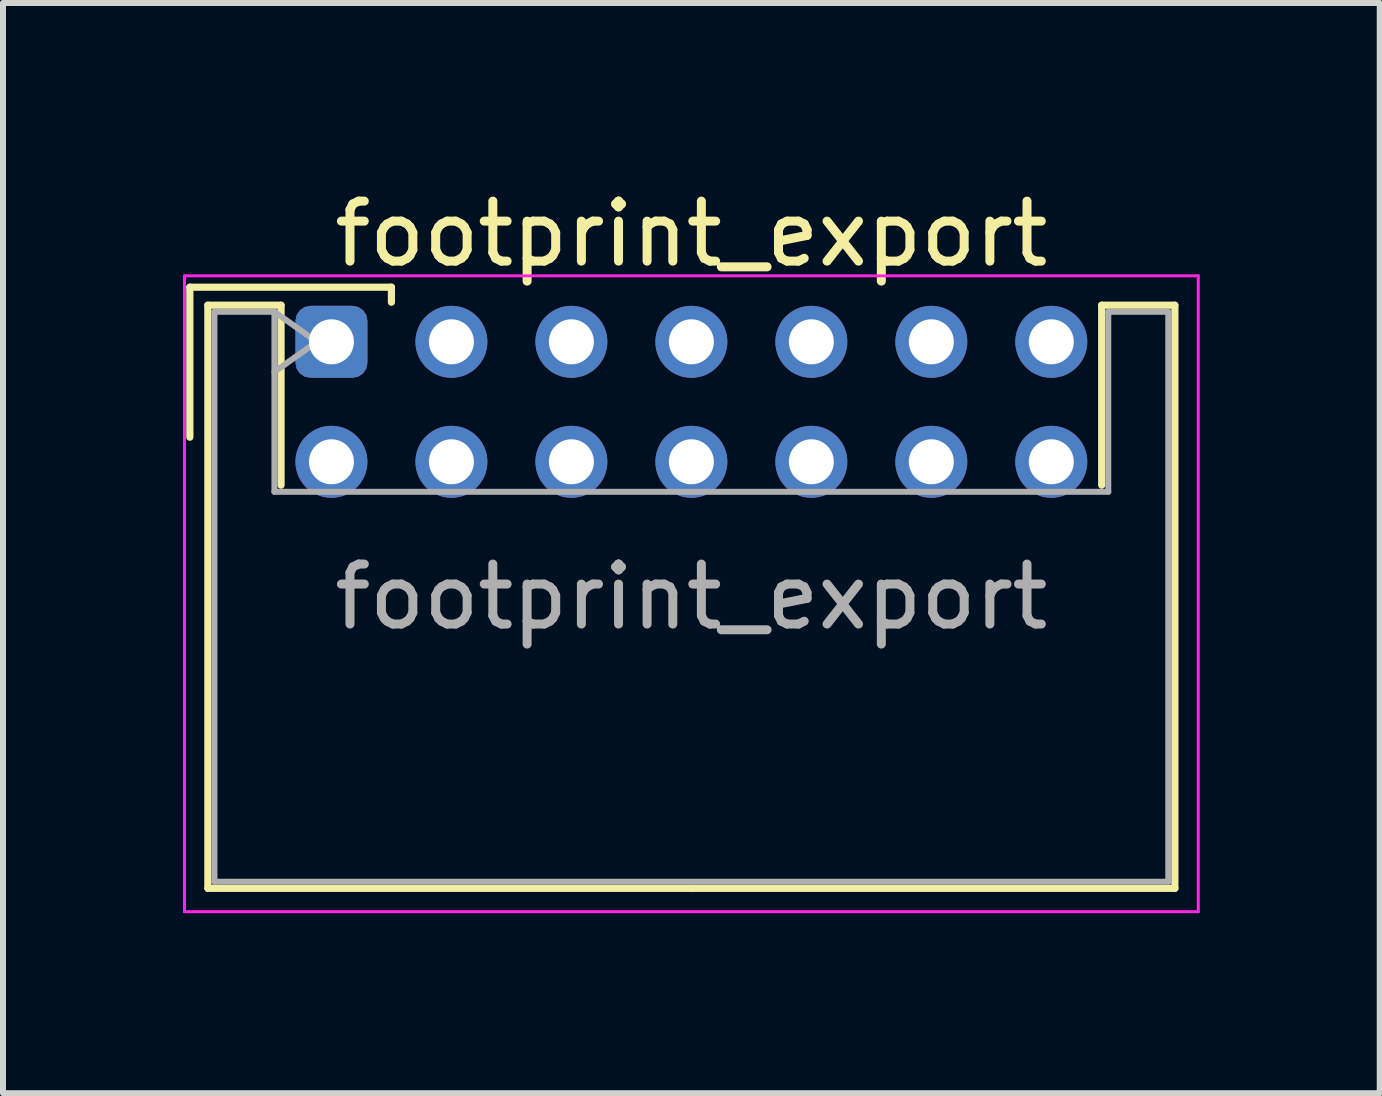
<source format=kicad_pcb>
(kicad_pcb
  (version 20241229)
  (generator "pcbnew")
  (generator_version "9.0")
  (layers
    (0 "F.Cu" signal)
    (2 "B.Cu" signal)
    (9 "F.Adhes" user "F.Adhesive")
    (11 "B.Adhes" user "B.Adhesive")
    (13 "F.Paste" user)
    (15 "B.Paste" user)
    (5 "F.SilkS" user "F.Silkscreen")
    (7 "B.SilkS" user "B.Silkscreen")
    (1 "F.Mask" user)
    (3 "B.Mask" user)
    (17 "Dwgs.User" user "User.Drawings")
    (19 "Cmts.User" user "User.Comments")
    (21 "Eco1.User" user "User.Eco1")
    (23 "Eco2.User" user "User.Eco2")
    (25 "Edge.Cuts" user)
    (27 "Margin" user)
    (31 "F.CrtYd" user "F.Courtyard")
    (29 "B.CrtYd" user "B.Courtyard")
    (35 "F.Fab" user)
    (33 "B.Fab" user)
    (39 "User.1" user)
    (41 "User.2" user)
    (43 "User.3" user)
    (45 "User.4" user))
  (footprint "footprint_export"
    (layer "F.Cu")
    (at 2.475 2.648)
    (property "Reference" "footprint_export" (at 6 -1.8 0) (layer "F.SilkS") (effects (font (size 1 1) (thickness 0.15))))
    (attr through_hole)
    (fp_line (start -2.36 -0.91) (end -2.36 1.59) (stroke (width 0.12) (type solid)) (layer "F.SilkS"))
    (fp_line (start -2.06 -0.61) (end -2.06 9.11) (stroke (width 0.12) (type solid)) (layer "F.SilkS"))
    (fp_line (start -2.06 9.11) (end 6 9.11) (stroke (width 0.12) (type solid)) (layer "F.SilkS"))
    (fp_line (start -0.84 -0.61) (end -2.06 -0.61) (stroke (width 0.12) (type solid)) (layer "F.SilkS"))
    (fp_line (start -0.84 2.39) (end -0.84 -0.61) (stroke (width 0.12) (type solid)) (layer "F.SilkS"))
    (fp_line (start 1 -0.91) (end -2.36 -0.91) (stroke (width 0.12) (type solid)) (layer "F.SilkS"))
    (fp_line (start 1 -0.66) (end 1 -0.91) (stroke (width 0.12) (type solid)) (layer "F.SilkS"))
    (fp_line (start 12.84 -0.61) (end 14.06 -0.61) (stroke (width 0.12) (type solid)) (layer "F.SilkS"))
    (fp_line (start 12.84 2.39) (end 12.84 -0.61) (stroke (width 0.12) (type solid)) (layer "F.SilkS"))
    (fp_line (start 14.06 -0.61) (end 14.06 9.11) (stroke (width 0.12) (type solid)) (layer "F.SilkS"))
    (fp_line (start 14.06 9.11) (end 6 9.11) (stroke (width 0.12) (type solid)) (layer "F.SilkS"))
    (fp_line (start -2.45 -1.1) (end -2.45 9.5) (stroke (width 0.05) (type solid)) (layer "F.CrtYd"))
    (fp_line (start -2.45 9.5) (end 14.45 9.5) (stroke (width 0.05) (type solid)) (layer "F.CrtYd"))
    (fp_line (start 14.45 -1.1) (end -2.45 -1.1) (stroke (width 0.05) (type solid)) (layer "F.CrtYd"))
    (fp_line (start 14.45 9.5) (end 14.45 -1.1) (stroke (width 0.05) (type solid)) (layer "F.CrtYd"))
    (fp_line (start -1.95 -0.5) (end -0.95 -0.5) (stroke (width 0.1) (type solid)) (layer "F.Fab"))
    (fp_line (start -1.95 9) (end -1.95 -0.5) (stroke (width 0.1) (type solid)) (layer "F.Fab"))
    (fp_line (start -0.95 -0.5) (end -0.95 2.5) (stroke (width 0.1) (type solid)) (layer "F.Fab"))
    (fp_line (start -0.95 -0.5) (end -0.243 0) (stroke (width 0.1) (type solid)) (layer "F.Fab"))
    (fp_line (start -0.95 2.5) (end 12.95 2.5) (stroke (width 0.1) (type solid)) (layer "F.Fab"))
    (fp_line (start -0.243 0) (end -0.95 0.5) (stroke (width 0.1) (type solid)) (layer "F.Fab"))
    (fp_line (start 12.95 -0.5) (end 13.95 -0.5) (stroke (width 0.1) (type solid)) (layer "F.Fab"))
    (fp_line (start 12.95 2.5) (end 12.95 -0.5) (stroke (width 0.1) (type solid)) (layer "F.Fab"))
    (fp_line (start 13.95 -0.5) (end 13.95 9) (stroke (width 0.1) (type solid)) (layer "F.Fab"))
    (fp_line (start 13.95 9) (end -1.95 9) (stroke (width 0.1) (type solid)) (layer "F.Fab"))
    (fp_text user "${REFERENCE}" (at 6 4.25 0) (layer "F.Fab") (effects (font (size 1 1) (thickness 0.15))))
    (pad "1" thru_hole roundrect (at 0 0) (size 1.2 1.2) (drill 0.75) (layers "*.Cu" "*.Mask") (roundrect_rratio 0.208))
    (pad "2" thru_hole circle (at 0 2) (size 1.2 1.2) (drill 0.75) (layers "*.Cu" "*.Mask"))
    (pad "3" thru_hole circle (at 2 0) (size 1.2 1.2) (drill 0.75) (layers "*.Cu" "*.Mask"))
    (pad "4" thru_hole circle (at 2 2) (size 1.2 1.2) (drill 0.75) (layers "*.Cu" "*.Mask"))
    (pad "5" thru_hole circle (at 4 0) (size 1.2 1.2) (drill 0.75) (layers "*.Cu" "*.Mask"))
    (pad "6" thru_hole circle (at 4 2) (size 1.2 1.2) (drill 0.75) (layers "*.Cu" "*.Mask"))
    (pad "7" thru_hole circle (at 6 0) (size 1.2 1.2) (drill 0.75) (layers "*.Cu" "*.Mask"))
    (pad "8" thru_hole circle (at 6 2) (size 1.2 1.2) (drill 0.75) (layers "*.Cu" "*.Mask"))
    (pad "9" thru_hole circle (at 8 0) (size 1.2 1.2) (drill 0.75) (layers "*.Cu" "*.Mask"))
    (pad "10" thru_hole circle (at 8 2) (size 1.2 1.2) (drill 0.75) (layers "*.Cu" "*.Mask"))
    (pad "11" thru_hole circle (at 10 0) (size 1.2 1.2) (drill 0.75) (layers "*.Cu" "*.Mask"))
    (pad "12" thru_hole circle (at 10 2) (size 1.2 1.2) (drill 0.75) (layers "*.Cu" "*.Mask"))
    (pad "13" thru_hole circle (at 12 0) (size 1.2 1.2) (drill 0.75) (layers "*.Cu" "*.Mask"))
    (pad "14" thru_hole circle (at 12 2) (size 1.2 1.2) (drill 0.75) (layers "*.Cu" "*.Mask")))
  (gr_rect
    (start -3 -3)
    (end 19.95 15.173)
    (stroke (width 0.1) (type default))
    (fill no)
    (layer "Edge.Cuts")))
</source>
